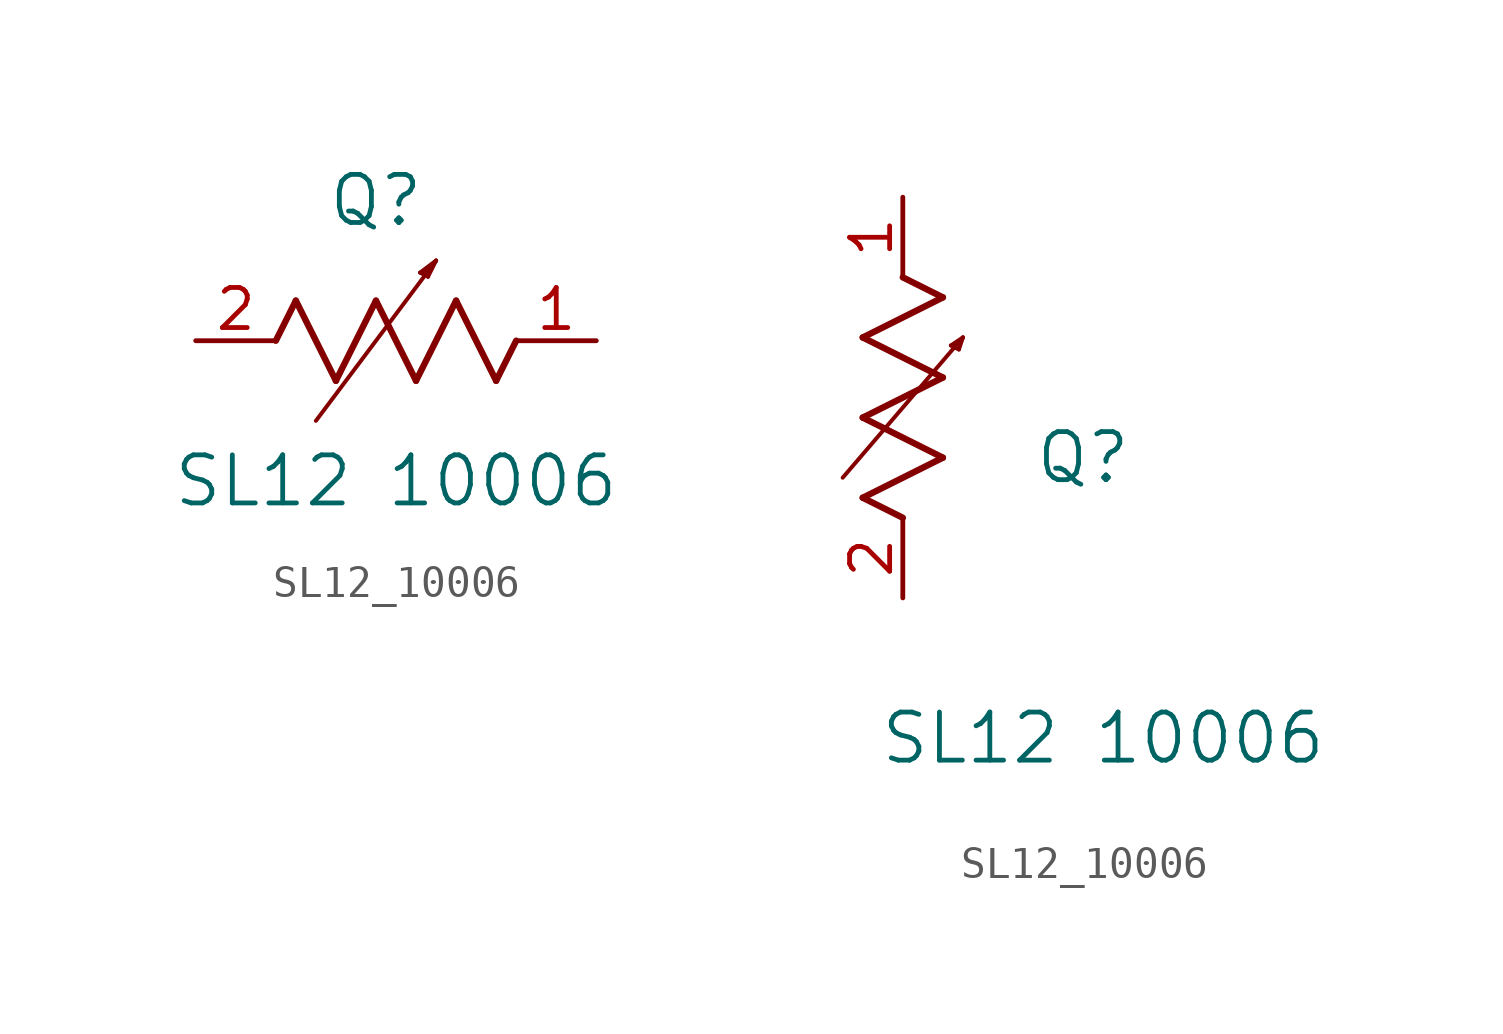
<source format=kicad_sym>
(kicad_symbol_lib
  (version 20211014)
  (generator kicad_symbol_editor)
  (symbol "SL12_10006"
    (pin_names
      (offset 0.254))
    (property "Reference" "Q"
      (at 5.715 4.445 0)
      (effects (font (size 1.524 1.524))))
    (property "Value" "SL12 10006"
      (at 6.35 -4.445 0)
      (effects (font (size 1.524 1.524))))
    (symbol "SL12_10006_1_1"
      (polyline (pts (xy 3.175 1.27) (xy 4.445 -1.27)) (stroke (width 0.203) (type default) (color 0 0 0 0)) (fill (type none)))
      (polyline (pts (xy 4.445 -1.27) (xy 5.715 1.27)) (stroke (width 0.203) (type default) (color 0 0 0 0)) (fill (type none)))
      (polyline (pts (xy 5.715 1.27) (xy 6.985 -1.27)) (stroke (width 0.203) (type default) (color 0 0 0 0)) (fill (type none)))
      (polyline (pts (xy 6.985 -1.27) (xy 8.255 1.27)) (stroke (width 0.203) (type default) (color 0 0 0 0)) (fill (type none)))
      (polyline (pts (xy 8.255 1.27) (xy 9.525 -1.27)) (stroke (width 0.203) (type default) (color 0 0 0 0)) (fill (type none)))
      (polyline (pts (xy 2.54 0) (xy 3.175 1.27)) (stroke (width 0.203) (type default) (color 0 0 0 0)) (fill (type none)))
      (polyline (pts (xy 9.525 -1.27) (xy 10.16 0)) (stroke (width 0.203) (type default) (color 0 0 0 0)) (fill (type none)))
      (polyline (pts (xy 3.81 -2.54) (xy 7.62 2.54)) (stroke (width 0.127) (type default) (color 0 0 0 0)) (fill (type none)))
      (polyline (pts (xy 7.62 2.54) (xy 7.112 2.159)) (stroke (width 0.127) (type default) (color 0 0 0 0)) (fill (type none)))
      (polyline (pts (xy 7.112 2.159) (xy 7.366 2.032)) (stroke (width 0.127) (type default) (color 0 0 0 0)) (fill (type none)))
      (polyline (pts (xy 7.62 2.54) (xy 7.366 2.032)) (stroke (width 0.127) (type default) (color 0 0 0 0)) (fill (type none)))
      (polyline (pts (xy 7.366 2.032) (xy 7.239 2.159)) (stroke (width 0.127) (type default) (color 0 0 0 0)) (fill (type none)))
      (polyline (pts (xy 7.239 2.159) (xy 7.62 2.54)) (stroke (width 0.127) (type default) (color 0 0 0 0)) (fill (type none)))
      (pin unspecified line (at 0 0 0) (length 2.54) (name "" (effects (font (size 1.27 1.27)))) (number "2" (effects (font (size 1.27 1.27)))))
      (pin unspecified line (at 12.7 0 180) (length 2.54) (name "" (effects (font (size 1.27 1.27)))) (number "1" (effects (font (size 1.27 1.27))))))
    (symbol "SL12_10006_1_2"
      (polyline (pts (xy 0 2.54) (xy -1.27 3.175)) (stroke (width 0.203) (type default) (color 0 0 0 0)) (fill (type none)))
      (polyline (pts (xy -1.27 3.175) (xy 1.27 4.445)) (stroke (width 0.203) (type default) (color 0 0 0 0)) (fill (type none)))
      (polyline (pts (xy 1.27 4.445) (xy -1.27 5.715)) (stroke (width 0.203) (type default) (color 0 0 0 0)) (fill (type none)))
      (polyline (pts (xy -1.27 5.715) (xy 1.27 6.985)) (stroke (width 0.203) (type default) (color 0 0 0 0)) (fill (type none)))
      (polyline (pts (xy -1.27 8.255) (xy 1.27 9.525)) (stroke (width 0.203) (type default) (color 0 0 0 0)) (fill (type none)))
      (polyline (pts (xy 1.27 9.525) (xy 0 10.16)) (stroke (width 0.203) (type default) (color 0 0 0 0)) (fill (type none)))
      (polyline (pts (xy 1.27 6.985) (xy -1.27 8.255)) (stroke (width 0.203) (type default) (color 0 0 0 0)) (fill (type none)))
      (polyline (pts (xy -1.905 3.81) (xy 1.905 8.255)) (stroke (width 0.127) (type default) (color 0 0 0 0)) (fill (type none)))
      (polyline (pts (xy 1.778 8.128) (xy 1.905 8.255)) (stroke (width 0.127) (type default) (color 0 0 0 0)) (fill (type none)))
      (polyline (pts (xy 1.905 8.255) (xy 1.524 8.001)) (stroke (width 0.127) (type default) (color 0 0 0 0)) (fill (type none)))
      (polyline (pts (xy 1.524 8.001) (xy 1.778 7.874)) (stroke (width 0.127) (type default) (color 0 0 0 0)) (fill (type none)))
      (polyline (pts (xy 1.778 7.874) (xy 1.905 8.255)) (stroke (width 0.127) (type default) (color 0 0 0 0)) (fill (type none)))
      (pin unspecified line (at 0 0 90) (length 2.54) (name "" (effects (font (size 1.27 1.27)))) (number "2" (effects (font (size 1.27 1.27)))))
      (pin unspecified line (at 0 12.7 270) (length 2.54) (name "" (effects (font (size 1.27 1.27)))) (number "1" (effects (font (size 1.27 1.27))))))))
</source>
